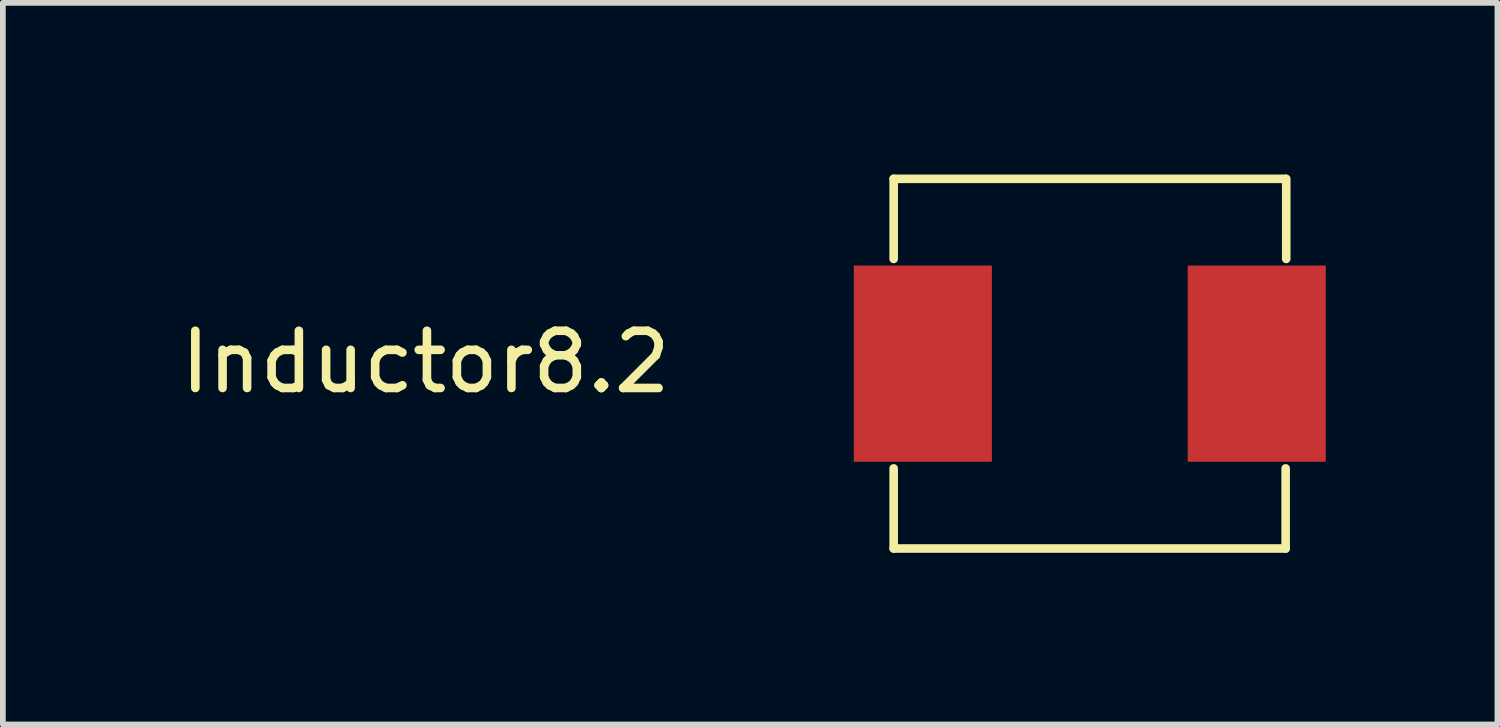
<source format=kicad_pcb>
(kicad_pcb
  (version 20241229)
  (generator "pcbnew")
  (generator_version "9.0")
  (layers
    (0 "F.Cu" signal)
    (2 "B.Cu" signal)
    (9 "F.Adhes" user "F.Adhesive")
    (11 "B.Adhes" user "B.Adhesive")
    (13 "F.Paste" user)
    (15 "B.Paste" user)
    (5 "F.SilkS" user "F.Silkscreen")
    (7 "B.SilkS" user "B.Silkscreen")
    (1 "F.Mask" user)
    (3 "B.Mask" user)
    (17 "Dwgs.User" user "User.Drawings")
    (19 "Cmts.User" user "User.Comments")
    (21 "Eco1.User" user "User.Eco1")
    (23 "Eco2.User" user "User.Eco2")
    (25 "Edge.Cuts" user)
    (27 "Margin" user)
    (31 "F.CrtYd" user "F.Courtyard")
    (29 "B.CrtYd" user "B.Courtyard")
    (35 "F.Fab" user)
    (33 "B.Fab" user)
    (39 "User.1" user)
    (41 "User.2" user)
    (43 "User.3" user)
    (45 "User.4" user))
  (footprint "Inductor8.2"
    (layer "F.Cu")
    (at 13.077 3.305)
    (property "Reference" "Inductor8.2" (at -8.69 -0.03 0) (layer "F.SilkS") (effects (font (size 1 1) (thickness 0.15))))
    (attr through_hole)
    (fp_line (start -0.51 -3.23) (end -0.51 -1.83) (stroke (width 0.15) (type default)) (layer "F.SilkS"))
    (fp_line (start -0.51 -3.23) (end 6.34 -3.23) (stroke (width 0.15) (type solid)) (layer "F.SilkS"))
    (fp_line (start -0.51 3.23) (end -0.51 1.83) (stroke (width 0.15) (type default)) (layer "F.SilkS"))
    (fp_line (start 6.34 3.23) (end -0.51 3.23) (stroke (width 0.15) (type solid)) (layer "F.SilkS"))
    (fp_line (start 6.34 3.23) (end 6.34 1.83) (stroke (width 0.15) (type default)) (layer "F.SilkS"))
    (fp_line (start 6.35 -3.23) (end 6.35 -1.83) (stroke (width 0.15) (type default)) (layer "F.SilkS"))
    (pad "1" smd rect (at 0 0 180) (size 2.413 3.429) (layers "F.Cu" "F.Mask" "F.Paste"))
    (pad "2" smd rect (at 5.835 0 180) (size 2.413 3.429) (layers "F.Cu" "F.Mask" "F.Paste")))
  (gr_rect
    (start -3 -3)
    (end 23.118 9.61)
    (stroke (width 0.1) (type default))
    (fill no)
    (layer "Edge.Cuts")))
</source>
